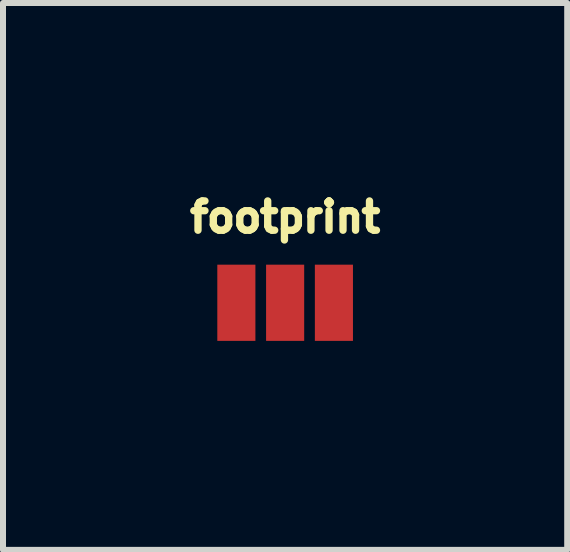
<source format=kicad_pcb>
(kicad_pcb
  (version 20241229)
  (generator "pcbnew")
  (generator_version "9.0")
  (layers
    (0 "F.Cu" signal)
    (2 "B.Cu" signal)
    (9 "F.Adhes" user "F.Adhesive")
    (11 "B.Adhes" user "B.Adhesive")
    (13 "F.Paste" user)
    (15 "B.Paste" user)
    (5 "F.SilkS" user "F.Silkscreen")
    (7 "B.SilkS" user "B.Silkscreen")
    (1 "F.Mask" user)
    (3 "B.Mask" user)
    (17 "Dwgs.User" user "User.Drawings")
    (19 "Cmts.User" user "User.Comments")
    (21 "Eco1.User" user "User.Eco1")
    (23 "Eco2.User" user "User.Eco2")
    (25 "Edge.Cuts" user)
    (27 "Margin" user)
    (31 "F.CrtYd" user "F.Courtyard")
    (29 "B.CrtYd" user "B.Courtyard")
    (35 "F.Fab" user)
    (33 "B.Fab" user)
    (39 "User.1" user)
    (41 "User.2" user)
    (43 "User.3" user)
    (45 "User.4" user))
  (footprint "footprint"
    (layer "F.Cu")
    (at 1.702 1.996)
    (property "Reference" "footprint" (at 0 -1.143 0) (layer "F.SilkS") (effects (font (size 0.488 0.488) (thickness 0.122)) (justify bottom)))
    (fp_poly (pts (xy -0.406 1.118) (xy 1.651 1.118) (xy 1.651 -1.118) (xy -0.406 -1.118)) (stroke (width 0) (type solid)) (fill yes) (layer "F.Paste"))
    (pad "1" smd rect (at -0.813 0) (size 0.635 1.27) (layers "F.Cu" "F.Mask"))
    (pad "2" smd rect (at 0 0) (size 0.635 1.27) (layers "F.Cu" "F.Mask"))
    (pad "3" smd rect (at 0.813 0) (size 0.635 1.27) (layers "F.Cu" "F.Mask")))
  (gr_rect
    (start -3 -3)
    (end 6.403 6.114)
    (stroke (width 0.1) (type default))
    (fill no)
    (layer "Edge.Cuts")))
</source>
